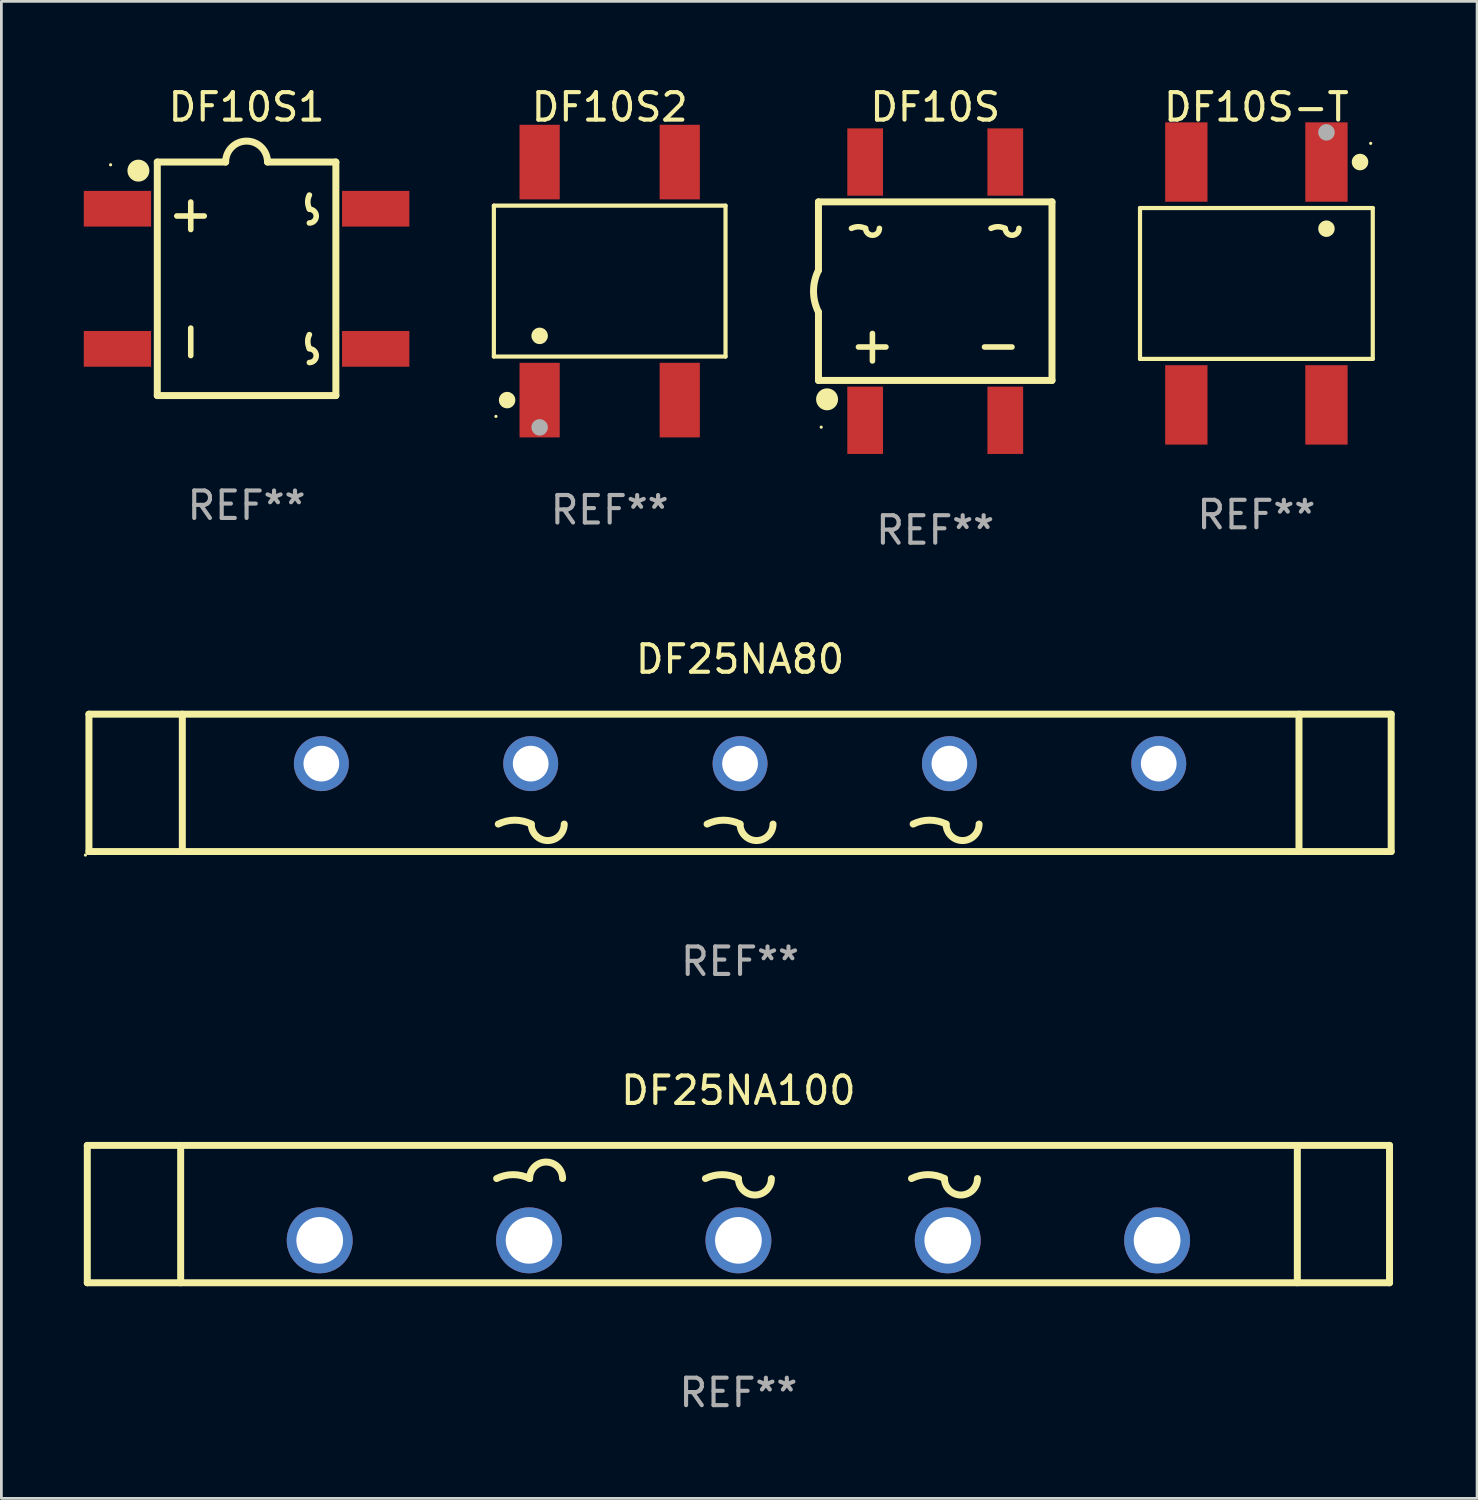
<source format=kicad_pcb>
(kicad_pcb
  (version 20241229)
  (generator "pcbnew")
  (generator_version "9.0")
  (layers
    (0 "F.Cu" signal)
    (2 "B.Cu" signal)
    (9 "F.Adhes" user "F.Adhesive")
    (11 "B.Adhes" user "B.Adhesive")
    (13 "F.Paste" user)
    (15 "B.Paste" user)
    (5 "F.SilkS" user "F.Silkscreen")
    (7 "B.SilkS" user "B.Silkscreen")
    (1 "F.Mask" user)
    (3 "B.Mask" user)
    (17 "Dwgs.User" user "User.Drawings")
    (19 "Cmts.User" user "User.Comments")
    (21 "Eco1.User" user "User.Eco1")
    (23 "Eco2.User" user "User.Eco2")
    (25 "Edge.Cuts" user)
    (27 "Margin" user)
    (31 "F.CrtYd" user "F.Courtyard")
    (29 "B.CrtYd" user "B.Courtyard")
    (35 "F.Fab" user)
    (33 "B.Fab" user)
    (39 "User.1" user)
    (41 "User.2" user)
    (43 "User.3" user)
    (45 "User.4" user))
  (footprint "DF10S-T"
    (layer "F.Cu")
    (at 42.681 7.268)
    (property "Reference" "DF10S-T" (at 0 -6.42 0) (layer "F.SilkS") (effects (font (size 1 1) (thickness 0.15))))
    (attr through_hole)
    (fp_line (start -4.236 -2.746) (end 4.236 -2.746) (stroke (width 0.152) (type solid)) (layer "F.SilkS"))
    (fp_line (start -4.236 2.746) (end -4.236 -2.746) (stroke (width 0.152) (type solid)) (layer "F.SilkS"))
    (fp_line (start 4.236 -2.746) (end 4.236 2.746) (stroke (width 0.152) (type solid)) (layer "F.SilkS"))
    (fp_line (start 4.236 2.746) (end -4.236 2.746) (stroke (width 0.152) (type solid)) (layer "F.SilkS"))
    (fp_circle (center 2.55 -1.994) (end 2.7 -1.994) (stroke (width 0.3) (type solid)) (fill no) (layer "F.SilkS"))
    (fp_circle (center 3.772 -4.42) (end 3.923 -4.42) (stroke (width 0.3) (type solid)) (fill no) (layer "F.SilkS"))
    (fp_circle (center 4.16 -5.1) (end 4.19 -5.1) (stroke (width 0.06) (type solid)) (fill no) (layer "F.SilkS"))
    (fp_circle (center 2.55 -5.5) (end 2.7 -5.5) (stroke (width 0.3) (type solid)) (fill no) (layer "F.Fab"))
    (fp_text user "REF**" (at 0 8.42 0) (layer "F.Fab") (effects (font (size 1 1) (thickness 0.15))))
    (pad "1" smd rect (at 2.55 -4.42 180) (size 1.54 2.89) (layers "F.Cu" "F.Mask" "F.Paste"))
    (pad "2" smd rect (at -2.55 -4.42 180) (size 1.54 2.89) (layers "F.Cu" "F.Mask" "F.Paste"))
    (pad "3" smd rect (at -2.55 4.42 180) (size 1.54 2.89) (layers "F.Cu" "F.Mask" "F.Paste"))
    (pad "4" smd rect (at 2.55 4.42 180) (size 1.54 2.89) (layers "F.Cu" "F.Mask" "F.Paste")))
  (footprint "DF10S1"
    (layer "F.Cu")
    (at 5.925 7.098)
    (property "Reference" "DF10S1" (at 0 -6.25 0) (layer "F.SilkS") (effects (font (size 1 1) (thickness 0.15))))
    (attr through_hole)
    (fp_line (start -3.25 -4.25) (end -0.762 -4.25) (stroke (width 0.254) (type solid)) (layer "F.SilkS"))
    (fp_line (start -3.25 4.25) (end -3.25 -4.25) (stroke (width 0.254) (type solid)) (layer "F.SilkS"))
    (fp_line (start -2.032 -1.794) (end -2.032 -2.794) (stroke (width 0.203) (type solid)) (layer "F.SilkS"))
    (fp_line (start -2.032 2.794) (end -2.032 1.794) (stroke (width 0.203) (type solid)) (layer "F.SilkS"))
    (fp_line (start -1.54 -2.286) (end -2.54 -2.286) (stroke (width 0.203) (type solid)) (layer "F.SilkS"))
    (fp_line (start 0.762 -4.25) (end 3.25 -4.25) (stroke (width 0.254) (type solid)) (layer "F.SilkS"))
    (fp_line (start 3.25 -4.25) (end 3.25 4.25) (stroke (width 0.254) (type solid)) (layer "F.SilkS"))
    (fp_line (start 3.25 4.25) (end -3.25 4.25) (stroke (width 0.254) (type solid)) (layer "F.SilkS"))
    (fp_arc (start -0.762026 -4.250012) (mid -0.000025 -5.010846) (end 0.761976 -4.250013) (stroke (width 0.254001) (type solid)) (layer "F.SilkS"))
    (fp_arc (start 2.285979 2.532386) (mid 2.226897 2.282195) (end 2.285979 2.032004) (stroke (width 0.2032) (type solid)) (layer "F.SilkS"))
    (fp_arc (start 2.28598 -2.547625) (mid 2.226898 -2.797815) (end 2.285979 -3.048006) (stroke (width 0.2032) (type solid)) (layer "F.SilkS"))
    (fp_arc (start 2.28598 -2.532386) (mid 2.53598 -2.282195) (end 2.285979 -2.032004) (stroke (width 0.2032) (type solid)) (layer "F.SilkS"))
    (fp_arc (start 2.28598 2.547626) (mid 2.535979 2.797816) (end 2.285979 3.048006) (stroke (width 0.2032) (type solid)) (layer "F.SilkS"))
    (fp_circle (center -4.95 -4.15) (end -4.92 -4.15) (stroke (width 0.06) (type solid)) (fill no) (layer "F.SilkS"))
    (fp_circle (center -3.937 -3.937) (end -3.737 -3.937) (stroke (width 0.4) (type solid)) (fill no) (layer "F.SilkS"))
    (fp_text user "REF**" (at 0 8.25 0) (layer "F.Fab") (effects (font (size 1 1) (thickness 0.15))))
    (pad "1" smd rect (at -4.7 -2.55 270) (size 1.3 2.45) (layers "F.Cu" "F.Mask" "F.Paste"))
    (pad "2" smd rect (at -4.7 2.55 270) (size 1.3 2.45) (layers "F.Cu" "F.Mask" "F.Paste"))
    (pad "3" smd rect (at 4.7 2.55 270) (size 1.3 2.45) (layers "F.Cu" "F.Mask" "F.Paste"))
    (pad "4" smd rect (at 4.7 -2.55 270) (size 1.3 2.45) (layers "F.Cu" "F.Mask" "F.Paste")))
  (footprint "DF25NA80"
    (layer "F.Cu")
    (at 23.887 25.445)
    (property "Reference" "DF25NA80" (at 0 -4.5 0) (layer "F.SilkS") (effects (font (size 1 1) (thickness 0.15))))
    (attr through_hole)
    (fp_line (start -23.7 -2.5) (end 23.7 -2.5) (stroke (width 0.254) (type solid)) (layer "F.SilkS"))
    (fp_line (start -23.7 2.5) (end -23.7 -2.5) (stroke (width 0.254) (type solid)) (layer "F.SilkS"))
    (fp_line (start -23.7 2.5) (end 23.7 2.5) (stroke (width 0.254) (type solid)) (layer "F.SilkS"))
    (fp_line (start -20.301 -2.5) (end -20.301 2.5) (stroke (width 0.254) (type solid)) (layer "F.SilkS"))
    (fp_line (start 20.344 -2.5) (end 20.344 2.5) (stroke (width 0.254) (type solid)) (layer "F.SilkS"))
    (fp_line (start 23.7 2.5) (end 23.7 -2.5) (stroke (width 0.254) (type solid)) (layer "F.SilkS"))
    (fp_arc (start -8.800025 1.500013) (mid -8.200025 1.358372) (end -7.600025 1.500013) (stroke (width 0.254001) (type solid)) (layer "F.SilkS"))
    (fp_arc (start -6.400025 1.500013) (mid -7.000025 2.100013) (end -7.600025 1.500013) (stroke (width 0.254001) (type solid)) (layer "F.SilkS"))
    (fp_arc (start -1.2 1.500013) (mid -0.6 1.358372) (end 0 1.500013) (stroke (width 0.254001) (type solid)) (layer "F.SilkS"))
    (fp_arc (start 1.2 1.500013) (mid 0.6 2.100013) (end 0 1.500013) (stroke (width 0.254001) (type solid)) (layer "F.SilkS"))
    (fp_arc (start 6.300025 1.500013) (mid 6.900025 1.358372) (end 7.500025 1.500013) (stroke (width 0.254001) (type solid)) (layer "F.SilkS"))
    (fp_arc (start 8.700025 1.500013) (mid 8.100025 2.100013) (end 7.500025 1.500013) (stroke (width 0.254001) (type solid)) (layer "F.SilkS"))
    (fp_circle (center -23.827 2.627) (end -23.797 2.627) (stroke (width 0.06) (type solid)) (fill no) (layer "F.SilkS"))
    (fp_text user "+" (at -16.1 2.4 0) (layer "B.Mask") (effects (font (size 1 1) (thickness 0.15))))
    (fp_text user "-" (at 14.4 2.3 0) (layer "B.Mask") (effects (font (size 1 1) (thickness 0.15))))
    (fp_text user "REF**" (at 0 6.5 0) (layer "F.Fab") (effects (font (size 1 1) (thickness 0.15))))
    (pad "1" thru_hole circle (at -15.24 -0.7) (size 2 2) (drill 1.3) (layers "*.Cu" "*.Mask"))
    (pad "2" thru_hole circle (at -7.62 -0.7) (size 2 2) (drill 1.3) (layers "*.Cu" "*.Mask"))
    (pad "3" thru_hole circle (at 0 -0.7) (size 2 2) (drill 1.3) (layers "*.Cu" "*.Mask"))
    (pad "4" thru_hole circle (at 7.62 -0.7) (size 2 2) (drill 1.3) (layers "*.Cu" "*.Mask"))
    (pad "5" thru_hole circle (at 15.24 -0.7) (size 2 2) (drill 1.3) (layers "*.Cu" "*.Mask")))
  (footprint "DF25NA100"
    (layer "F.Cu")
    (at 23.827 41.141)
    (property "Reference" "DF25NA100" (at 0 -4.5 0) (layer "F.SilkS") (effects (font (size 1 1) (thickness 0.15))))
    (attr through_hole)
    (fp_line (start -23.7 -2.5) (end 23.7 -2.5) (stroke (width 0.254) (type solid)) (layer "F.SilkS"))
    (fp_line (start -23.7 2.5) (end -23.7 -2.5) (stroke (width 0.254) (type solid)) (layer "F.SilkS"))
    (fp_line (start -23.7 2.5) (end 23.7 2.5) (stroke (width 0.254) (type solid)) (layer "F.SilkS"))
    (fp_line (start -20.301 -2.5) (end -20.301 2.5) (stroke (width 0.254) (type solid)) (layer "F.SilkS"))
    (fp_line (start 20.344 -2.5) (end 20.344 2.5) (stroke (width 0.254) (type solid)) (layer "F.SilkS"))
    (fp_line (start 23.7 2.5) (end 23.7 -2.5) (stroke (width 0.254) (type solid)) (layer "F.SilkS"))
    (fp_arc (start -8.800025 -1.293993) (mid -8.200025 -1.435634) (end -7.600025 -1.293993) (stroke (width 0.254001) (type solid)) (layer "F.SilkS"))
    (fp_arc (start -7.600025 -1.293993) (mid -7.000025 -1.893993) (end -6.400025 -1.293993) (stroke (width 0.254001) (type solid)) (layer "F.SilkS"))
    (fp_arc (start -1.2 -1.293993) (mid -0.6 -1.435634) (end 0 -1.293993) (stroke (width 0.254001) (type solid)) (layer "F.SilkS"))
    (fp_arc (start 1.2 -1.293993) (mid 0.6 -0.693993) (end 0 -1.293993) (stroke (width 0.254001) (type solid)) (layer "F.SilkS"))
    (fp_arc (start 6.300025 -1.293993) (mid 6.900025 -1.435634) (end 7.500025 -1.293993) (stroke (width 0.254001) (type solid)) (layer "F.SilkS"))
    (fp_arc (start 8.700025 -1.293993) (mid 8.100025 -0.693993) (end 7.500025 -1.293993) (stroke (width 0.254001) (type solid)) (layer "F.SilkS"))
    (fp_circle (center -23.55 2.501) (end -23.52 2.501) (stroke (width 0.06) (type solid)) (fill no) (layer "F.SilkS"))
    (fp_text user "+" (at -16.1 -0.394 0) (layer "B.Mask") (effects (font (size 1 1) (thickness 0.15))))
    (fp_text user "-" (at 14.4 -0.494 0) (layer "B.Mask") (effects (font (size 1 1) (thickness 0.15))))
    (fp_text user "REF**" (at 0 6.5 0) (layer "F.Fab") (effects (font (size 1 1) (thickness 0.15))))
    (pad "1" thru_hole circle (at -15.24 0.956) (size 2.4 2.4) (drill 1.7) (layers "*.Cu" "*.Mask"))
    (pad "2" thru_hole circle (at -7.62 0.956) (size 2.4 2.4) (drill 1.7) (layers "*.Cu" "*.Mask"))
    (pad "3" thru_hole circle (at 0 0.956) (size 2.4 2.4) (drill 1.7) (layers "*.Cu" "*.Mask"))
    (pad "4" thru_hole circle (at 7.62 0.956) (size 2.4 2.4) (drill 1.7) (layers "*.Cu" "*.Mask"))
    (pad "5" thru_hole circle (at 15.24 0.956) (size 2.4 2.4) (drill 1.7) (layers "*.Cu" "*.Mask")))
  (footprint "DF10S"
    (layer "F.Cu")
    (at 30.991 7.548)
    (property "Reference" "DF10S" (at 0 -6.7 0) (layer "F.SilkS") (effects (font (size 1 1) (thickness 0.15))))
    (attr through_hole)
    (fp_line (start -4.25 -3.25) (end 4.25 -3.25) (stroke (width 0.254) (type solid)) (layer "F.SilkS"))
    (fp_line (start -4.25 -0.762) (end -4.25 -3.25) (stroke (width 0.254) (type solid)) (layer "F.SilkS"))
    (fp_line (start -4.25 3.25) (end -4.25 0.762) (stroke (width 0.254) (type solid)) (layer "F.SilkS"))
    (fp_line (start -2.286 1.54) (end -2.286 2.54) (stroke (width 0.203) (type solid)) (layer "F.SilkS"))
    (fp_line (start -1.794 2.032) (end -2.794 2.032) (stroke (width 0.203) (type solid)) (layer "F.SilkS"))
    (fp_line (start 2.794 2.032) (end 1.794 2.032) (stroke (width 0.203) (type solid)) (layer "F.SilkS"))
    (fp_line (start 4.25 -3.25) (end 4.25 3.25) (stroke (width 0.254) (type solid)) (layer "F.SilkS"))
    (fp_line (start 4.25 3.25) (end -4.25 3.25) (stroke (width 0.254) (type solid)) (layer "F.SilkS"))
    (fp_arc (start -4.250038 0.762077) (mid -4.429799 0.000076) (end -4.250038 -0.761925) (stroke (width 0.254001) (type solid)) (layer "F.SilkS"))
    (fp_arc (start -3.048031 -2.285928) (mid -2.797841 -2.34501) (end -2.547651 -2.285928) (stroke (width 0.2032) (type solid)) (layer "F.SilkS"))
    (fp_arc (start -2.032029 -2.285928) (mid -2.28222 -2.035928) (end -2.532411 -2.285929) (stroke (width 0.2032) (type solid)) (layer "F.SilkS"))
    (fp_arc (start 2.031979 -2.285928) (mid 2.282169 -2.34501) (end 2.532359 -2.285928) (stroke (width 0.2032) (type solid)) (layer "F.SilkS"))
    (fp_arc (start 3.047981 -2.285928) (mid 2.79779 -2.035928) (end 2.547599 -2.285929) (stroke (width 0.2032) (type solid)) (layer "F.SilkS"))
    (fp_circle (center -4.15 4.95) (end -4.12 4.95) (stroke (width 0.06) (type solid)) (fill no) (layer "F.SilkS"))
    (fp_circle (center -3.937 3.937) (end -3.737 3.937) (stroke (width 0.4) (type solid)) (fill no) (layer "F.SilkS"))
    (fp_text user "REF**" (at 0 8.7 0) (layer "F.Fab") (effects (font (size 1 1) (thickness 0.15))))
    (pad "1" smd rect (at -2.55 4.7) (size 1.3 2.45) (layers "F.Cu" "F.Mask" "F.Paste"))
    (pad "2" smd rect (at 2.55 4.7) (size 1.3 2.45) (layers "F.Cu" "F.Mask" "F.Paste"))
    (pad "3" smd rect (at 2.55 -4.7) (size 1.3 2.45) (layers "F.Cu" "F.Mask" "F.Paste"))
    (pad "4" smd rect (at -2.55 -4.7) (size 1.3 2.45) (layers "F.Cu" "F.Mask" "F.Paste")))
  (footprint "DF10S2"
    (layer "F.Cu")
    (at 19.142 7.181)
    (property "Reference" "DF10S2" (at 0 -6.332 0) (layer "F.SilkS") (effects (font (size 1 1) (thickness 0.15))))
    (attr through_hole)
    (fp_line (start -4.216 -2.746) (end 4.216 -2.746) (stroke (width 0.152) (type solid)) (layer "F.SilkS"))
    (fp_line (start -4.216 2.746) (end -4.216 -2.746) (stroke (width 0.152) (type solid)) (layer "F.SilkS"))
    (fp_line (start 4.216 -2.746) (end 4.216 2.746) (stroke (width 0.152) (type solid)) (layer "F.SilkS"))
    (fp_line (start 4.216 2.746) (end -4.216 2.746) (stroke (width 0.152) (type solid)) (layer "F.SilkS"))
    (fp_circle (center -4.14 4.925) (end -4.11 4.925) (stroke (width 0.06) (type solid)) (fill no) (layer "F.SilkS"))
    (fp_circle (center -3.734 4.332) (end -3.584 4.332) (stroke (width 0.3) (type solid)) (fill no) (layer "F.SilkS"))
    (fp_circle (center -2.55 1.994) (end -2.4 1.994) (stroke (width 0.3) (type solid)) (fill no) (layer "F.SilkS"))
    (fp_circle (center -2.55 5.325) (end -2.4 5.325) (stroke (width 0.3) (type solid)) (fill no) (layer "F.Fab"))
    (fp_text user "REF**" (at 0 8.332 0) (layer "F.Fab") (effects (font (size 1 1) (thickness 0.15))))
    (pad "1" smd rect (at -2.55 4.332) (size 1.463 2.715) (layers "F.Cu" "F.Mask" "F.Paste"))
    (pad "2" smd rect (at 2.55 4.332) (size 1.463 2.715) (layers "F.Cu" "F.Mask" "F.Paste"))
    (pad "3" smd rect (at 2.55 -4.332) (size 1.463 2.715) (layers "F.Cu" "F.Mask" "F.Paste"))
    (pad "4" smd rect (at -2.55 -4.332) (size 1.463 2.715) (layers "F.Cu" "F.Mask" "F.Paste")))
  (gr_rect
    (start -3 -3)
    (end 50.714 51.49)
    (stroke (width 0.1) (type default))
    (fill no)
    (layer "Edge.Cuts")))
</source>
